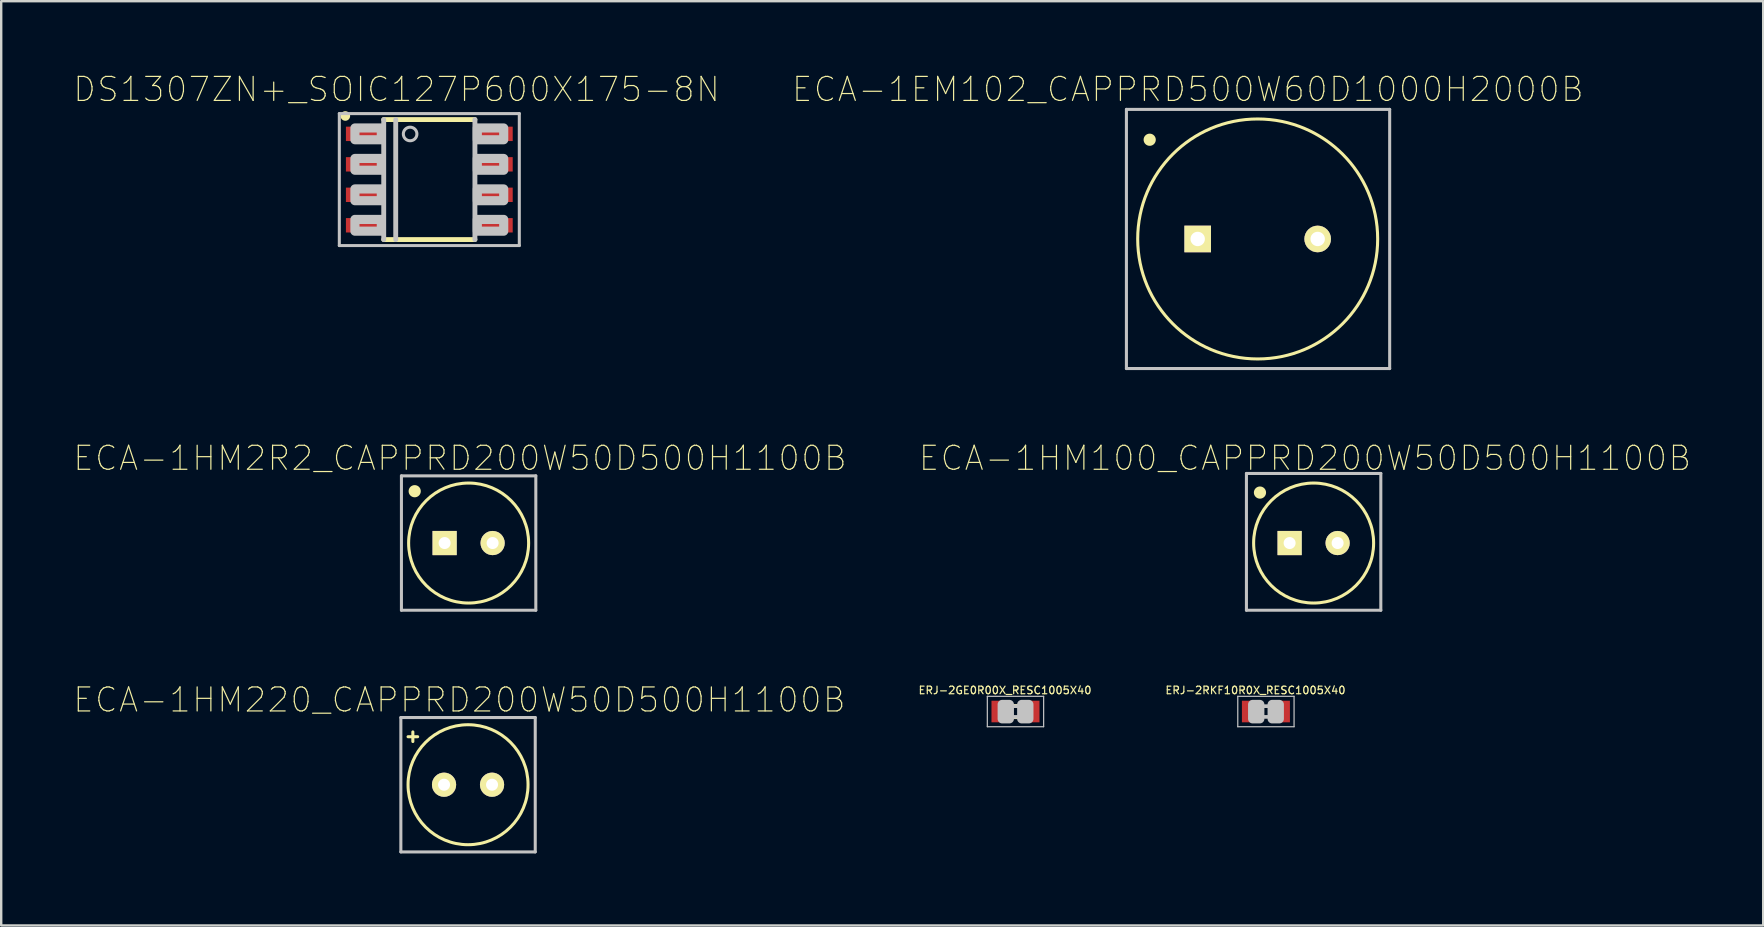
<source format=kicad_pcb>
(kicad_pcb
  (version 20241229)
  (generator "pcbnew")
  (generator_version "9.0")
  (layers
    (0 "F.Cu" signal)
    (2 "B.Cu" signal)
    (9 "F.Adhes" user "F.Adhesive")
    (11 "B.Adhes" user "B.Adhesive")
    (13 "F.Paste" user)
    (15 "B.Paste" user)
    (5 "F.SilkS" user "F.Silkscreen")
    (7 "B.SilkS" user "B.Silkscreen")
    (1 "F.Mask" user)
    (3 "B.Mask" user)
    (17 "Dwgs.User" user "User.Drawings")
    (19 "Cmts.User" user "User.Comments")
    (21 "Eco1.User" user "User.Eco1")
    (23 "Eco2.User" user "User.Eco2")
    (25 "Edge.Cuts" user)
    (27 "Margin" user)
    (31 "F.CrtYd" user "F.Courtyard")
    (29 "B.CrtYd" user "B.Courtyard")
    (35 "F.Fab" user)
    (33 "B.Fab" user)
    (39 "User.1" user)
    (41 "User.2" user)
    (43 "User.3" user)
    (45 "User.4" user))
  (footprint "ERJ-2RKF10R0X_RESC1005X40"
    (layer "F.Cu")
    (at 49.702 26.6)
    (property "Reference" "ERJ-2RKF10R0X_RESC1005X40" (at -0.435 -0.885 0) (layer "F.SilkS") (effects (font (size 0.315 0.315) (thickness 0.05))))
    (attr smd)
    (fp_line (start -1.173 -0.633) (end 1.173 -0.633) (stroke (width 0.051) (type solid)) (layer "Dwgs.User"))
    (fp_line (start -1.173 0.633) (end -1.173 -0.633) (stroke (width 0.051) (type solid)) (layer "Dwgs.User"))
    (fp_line (start -0.245 -0.224) (end 0.245 -0.224) (stroke (width 0.152) (type solid)) (layer "Dwgs.User"))
    (fp_line (start 0.245 0.224) (end -0.245 0.224) (stroke (width 0.152) (type solid)) (layer "Dwgs.User"))
    (fp_line (start 1.173 -0.633) (end 1.173 0.633) (stroke (width 0.051) (type solid)) (layer "Dwgs.User"))
    (fp_line (start 1.173 0.633) (end -1.173 0.633) (stroke (width 0.051) (type solid)) (layer "Dwgs.User"))
    (fp_poly (pts (xy -0.554 -0.295) (xy -0.254 -0.295) (xy -0.254 0.305) (xy -0.554 0.305)) (stroke (width 0.381) (type solid)) (fill no) (layer "Dwgs.User"))
    (fp_poly (pts (xy 0.259 -0.295) (xy 0.559 -0.295) (xy 0.559 0.305) (xy 0.259 0.305)) (stroke (width 0.381) (type solid)) (fill no) (layer "Dwgs.User"))
    (pad "1" smd rect (at -0.65 0) (size 0.7 0.9) (layers "F.Cu" "F.Mask" "F.Paste"))
    (pad "2" smd rect (at 0.65 0) (size 0.7 0.9) (layers "F.Cu" "F.Mask" "F.Paste")))
  (footprint "ECA-1EM102_CAPPRD500W60D1000H2000B"
    (layer "F.Cu")
    (at 49.359 6.908)
    (property "Reference" "ECA-1EM102_CAPPRD500W60D1000H2000B" (at -2.91 -6.235 0) (layer "F.SilkS") (effects (font (size 1 1) (thickness 0.05))))
    (attr through_hole)
    (fp_circle (center -4.5 -4.135) (end -4.246 -4.135) (stroke (width 0) (type solid)) (fill yes) (layer "F.SilkS"))
    (fp_circle (center 0 0) (end 5 0) (stroke (width 0.127) (type solid)) (fill no) (layer "F.SilkS"))
    (fp_line (start -5.47 -5.4) (end -5.47 5.4) (stroke (width 0.127) (type solid)) (layer "Dwgs.User"))
    (fp_line (start -5.47 5.4) (end 5.5 5.4) (stroke (width 0.127) (type solid)) (layer "Dwgs.User"))
    (fp_line (start 5.5 -5.4) (end -5.47 -5.4) (stroke (width 0.127) (type solid)) (layer "Dwgs.User"))
    (fp_line (start 5.5 5.4) (end 5.5 -5.4) (stroke (width 0.127) (type solid)) (layer "Dwgs.User"))
    (pad "+" thru_hole circle (at 2.5 0 180) (size 1.108 1.108) (drill 0.6) (layers "*.Cu" "*.Mask" "F.SilkS"))
    (pad "-" thru_hole rect (at -2.5 0 180) (size 1.108 1.108) (drill 0.6) (layers "*.Cu" "*.Mask" "F.SilkS")))
  (footprint "ECA-1HM100_CAPPRD200W50D500H1100B"
    (layer "F.Cu")
    (at 51.69 19.579)
    (property "Reference" "ECA-1HM100_CAPPRD200W50D500H1100B" (at -0.36 -3.535 0) (layer "F.SilkS") (effects (font (size 1 1) (thickness 0.05))))
    (attr through_hole)
    (fp_circle (center -2.236 -2.103) (end -1.982 -2.103) (stroke (width 0) (type solid)) (fill yes) (layer "F.SilkS"))
    (fp_circle (center 0 0) (end 2.5 0) (stroke (width 0.127) (type solid)) (fill no) (layer "F.SilkS"))
    (fp_line (start -2.8 -2.9) (end -2.8 2.8) (stroke (width 0.127) (type solid)) (layer "Dwgs.User"))
    (fp_line (start -2.8 2.8) (end 2.8 2.8) (stroke (width 0.127) (type solid)) (layer "Dwgs.User"))
    (fp_line (start 2.8 -2.9) (end -2.8 -2.9) (stroke (width 0.127) (type solid)) (layer "Dwgs.User"))
    (fp_line (start 2.8 2.8) (end 2.8 -2.9) (stroke (width 0.127) (type solid)) (layer "Dwgs.User"))
    (pad "+" thru_hole circle (at 1 0 180) (size 1.008 1.008) (drill 0.5) (layers "*.Cu" "*.Mask" "F.SilkS"))
    (pad "-" thru_hole rect (at -1 0 180) (size 1.008 1.008) (drill 0.5) (layers "*.Cu" "*.Mask" "F.SilkS")))
  (footprint "DS1307ZN+_SOIC127P600X175-8N"
    (layer "F.Cu")
    (at 14.84 4.433)
    (property "Reference" "DS1307ZN+_SOIC127P600X175-8N" (at -1.365 -3.76 0) (layer "F.SilkS") (effects (font (size 1 1) (thickness 0.05))))
    (attr smd)
    (fp_line (start -1.9 -2.5) (end 1.9 -2.5) (stroke (width 0.203) (type solid)) (layer "F.SilkS"))
    (fp_line (start 1.9 2.5) (end -1.9 2.5) (stroke (width 0.203) (type solid)) (layer "F.SilkS"))
    (fp_circle (center -3.5 -2.65) (end -3.3 -2.65) (stroke (width 0) (type solid)) (fill yes) (layer "F.SilkS"))
    (fp_line (start -3.75 -2.75) (end 3.75 -2.75) (stroke (width 0.127) (type solid)) (layer "Dwgs.User"))
    (fp_line (start -3.75 2.75) (end -3.75 -2.75) (stroke (width 0.127) (type solid)) (layer "Dwgs.User"))
    (fp_line (start -1.9 2.5) (end -1.9 -2.5) (stroke (width 0.203) (type solid)) (layer "Dwgs.User"))
    (fp_line (start -1.4 2.5) (end -1.4 -2.5) (stroke (width 0.203) (type solid)) (layer "Dwgs.User"))
    (fp_line (start 1.9 -2.5) (end 1.9 2.5) (stroke (width 0.203) (type solid)) (layer "Dwgs.User"))
    (fp_line (start 3.75 -2.75) (end 3.75 2.75) (stroke (width 0.127) (type solid)) (layer "Dwgs.User"))
    (fp_line (start 3.75 2.75) (end -3.75 2.75) (stroke (width 0.127) (type solid)) (layer "Dwgs.User"))
    (fp_circle (center -0.8 -1.9) (end -0.517 -1.9) (stroke (width 0.127) (type solid)) (fill no) (layer "Dwgs.User"))
    (fp_poly (pts (xy -2 -2.15) (xy -2 -1.66) (xy -3.1 -1.66) (xy -3.1 -2.15)) (stroke (width 0.381) (type solid)) (fill no) (layer "Dwgs.User"))
    (fp_poly (pts (xy -2 -0.88) (xy -2 -0.39) (xy -3.1 -0.39) (xy -3.1 -0.88)) (stroke (width 0.381) (type solid)) (fill no) (layer "Dwgs.User"))
    (fp_poly (pts (xy -2 0.39) (xy -2 0.88) (xy -3.1 0.88) (xy -3.1 0.39)) (stroke (width 0.381) (type solid)) (fill no) (layer "Dwgs.User"))
    (fp_poly (pts (xy -2 1.66) (xy -2 2.15) (xy -3.1 2.15) (xy -3.1 1.66)) (stroke (width 0.381) (type solid)) (fill no) (layer "Dwgs.User"))
    (fp_poly (pts (xy 3.1 -2.15) (xy 3.1 -1.66) (xy 2 -1.66) (xy 2 -2.15)) (stroke (width 0.381) (type solid)) (fill no) (layer "Dwgs.User"))
    (fp_poly (pts (xy 3.1 -0.88) (xy 3.1 -0.39) (xy 2 -0.39) (xy 2 -0.88)) (stroke (width 0.381) (type solid)) (fill no) (layer "Dwgs.User"))
    (fp_poly (pts (xy 3.1 0.39) (xy 3.1 0.88) (xy 2 0.88) (xy 2 0.39)) (stroke (width 0.381) (type solid)) (fill no) (layer "Dwgs.User"))
    (fp_poly (pts (xy 3.1 1.66) (xy 3.1 2.15) (xy 2 2.15) (xy 2 1.66)) (stroke (width 0.381) (type solid)) (fill no) (layer "Dwgs.User"))
    (pad "1" smd rect (at -2.7 -1.905) (size 1.55 0.6) (layers "F.Cu" "F.Mask" "F.Paste"))
    (pad "2" smd rect (at -2.7 -0.635) (size 1.55 0.6) (layers "F.Cu" "F.Mask" "F.Paste"))
    (pad "3" smd rect (at -2.7 0.635) (size 1.55 0.6) (layers "F.Cu" "F.Mask" "F.Paste"))
    (pad "4" smd rect (at -2.7 1.905) (size 1.55 0.6) (layers "F.Cu" "F.Mask" "F.Paste"))
    (pad "5" smd rect (at 2.7 1.905 180) (size 1.55 0.6) (layers "F.Cu" "F.Mask" "F.Paste"))
    (pad "6" smd rect (at 2.7 0.635) (size 1.55 0.6) (layers "F.Cu" "F.Mask" "F.Paste"))
    (pad "7" smd rect (at 2.7 -0.635) (size 1.55 0.6) (layers "F.Cu" "F.Mask" "F.Paste"))
    (pad "8" smd rect (at 2.7 -1.905) (size 1.55 0.6) (layers "F.Cu" "F.Mask" "F.Paste")))
  (footprint "ERJ-2GE0R00X_RESC1005X40"
    (layer "F.Cu")
    (at 39.266 26.6)
    (property "Reference" "ERJ-2GE0R00X_RESC1005X40" (at -0.435 -0.885 0) (layer "F.SilkS") (effects (font (size 0.315 0.315) (thickness 0.05))))
    (attr smd)
    (fp_line (start -0.15 -0.25) (end 0.15 -0.25) (stroke (width 0.127) (type solid)) (layer "F.SilkS"))
    (fp_line (start -0.15 0.25) (end 0.15 0.25) (stroke (width 0.127) (type solid)) (layer "F.SilkS"))
    (fp_line (start -1.173 -0.633) (end 1.173 -0.633) (stroke (width 0.051) (type solid)) (layer "Dwgs.User"))
    (fp_line (start -1.173 0.633) (end -1.173 -0.633) (stroke (width 0.051) (type solid)) (layer "Dwgs.User"))
    (fp_line (start -0.245 -0.224) (end 0.245 -0.224) (stroke (width 0.152) (type solid)) (layer "Dwgs.User"))
    (fp_line (start 0.245 0.224) (end -0.245 0.224) (stroke (width 0.152) (type solid)) (layer "Dwgs.User"))
    (fp_line (start 1.173 -0.633) (end 1.173 0.633) (stroke (width 0.051) (type solid)) (layer "Dwgs.User"))
    (fp_line (start 1.173 0.633) (end -1.173 0.633) (stroke (width 0.051) (type solid)) (layer "Dwgs.User"))
    (fp_poly (pts (xy -0.554 -0.295) (xy -0.254 -0.295) (xy -0.254 0.305) (xy -0.554 0.305)) (stroke (width 0.381) (type solid)) (fill no) (layer "Dwgs.User"))
    (fp_poly (pts (xy 0.259 -0.295) (xy 0.559 -0.295) (xy 0.559 0.305) (xy 0.259 0.305)) (stroke (width 0.381) (type solid)) (fill no) (layer "Dwgs.User"))
    (pad "1" smd rect (at -0.65 0) (size 0.7 0.9) (layers "F.Cu" "F.Mask" "F.Paste"))
    (pad "2" smd rect (at 0.65 0) (size 0.7 0.9) (layers "F.Cu" "F.Mask" "F.Paste")))
  (footprint "ECA-1HM2R2_CAPPRD200W50D500H1100B"
    (layer "F.Cu")
    (at 16.478 19.579)
    (property "Reference" "ECA-1HM2R2_CAPPRD200W50D500H1100B" (at -0.36 -3.535 0) (layer "F.SilkS") (effects (font (size 1 1) (thickness 0.05))))
    (attr through_hole)
    (fp_circle (center -2.247 -2.16) (end -1.993 -2.16) (stroke (width 0) (type solid)) (fill yes) (layer "F.SilkS"))
    (fp_circle (center 0 0) (end 2.5 0) (stroke (width 0.127) (type solid)) (fill no) (layer "F.SilkS"))
    (fp_line (start -2.8 -2.8) (end -2.8 2.8) (stroke (width 0.127) (type solid)) (layer "Dwgs.User"))
    (fp_line (start -2.8 2.8) (end 2.8 2.8) (stroke (width 0.127) (type solid)) (layer "Dwgs.User"))
    (fp_line (start 2.8 -2.8) (end -2.8 -2.8) (stroke (width 0.127) (type solid)) (layer "Dwgs.User"))
    (fp_line (start 2.8 2.8) (end 2.8 -2.8) (stroke (width 0.127) (type solid)) (layer "Dwgs.User"))
    (pad "+" thru_hole circle (at 1 0 180) (size 1.008 1.008) (drill 0.5) (layers "*.Cu" "*.Mask" "F.SilkS"))
    (pad "-" thru_hole rect (at -1 0 180) (size 1.008 1.008) (drill 0.5) (layers "*.Cu" "*.Mask" "F.SilkS")))
  (footprint "ECA-1HM220_CAPPRD200W50D500H1100B"
    (layer "F.Cu")
    (at 16.454 29.65)
    (property "Reference" "ECA-1HM220_CAPPRD200W50D500H1100B" (at -0.36 -3.535 0) (layer "F.SilkS") (effects (font (size 1 1) (thickness 0.05))))
    (attr through_hole)
    (fp_line (start -2.5 -2) (end -2.1 -2) (stroke (width 0.127) (type solid)) (layer "F.SilkS"))
    (fp_line (start -2.3 -2.2) (end -2.3 -1.8) (stroke (width 0.127) (type solid)) (layer "F.SilkS"))
    (fp_circle (center 0 0) (end 2.5 0) (stroke (width 0.127) (type solid)) (fill no) (layer "F.SilkS"))
    (fp_line (start -2.8 -2.8) (end -2.8 2.8) (stroke (width 0.127) (type solid)) (layer "Dwgs.User"))
    (fp_line (start -2.8 2.8) (end 2.8 2.8) (stroke (width 0.127) (type solid)) (layer "Dwgs.User"))
    (fp_line (start 2.8 -2.8) (end -2.8 -2.8) (stroke (width 0.127) (type solid)) (layer "Dwgs.User"))
    (fp_line (start 2.8 2.8) (end 2.8 -2.8) (stroke (width 0.127) (type solid)) (layer "Dwgs.User"))
    (pad "+" thru_hole circle (at -1 0) (size 1.008 1.008) (drill 0.5) (layers "*.Cu" "*.Mask" "F.SilkS"))
    (pad "-" thru_hole circle (at 1 0) (size 1.008 1.008) (drill 0.5) (layers "*.Cu" "*.Mask" "F.SilkS")))
  (gr_rect
    (start -3 -3)
    (end 70.424 35.514)
    (stroke (width 0.1) (type default))
    (fill no)
    (layer "Edge.Cuts")))
</source>
